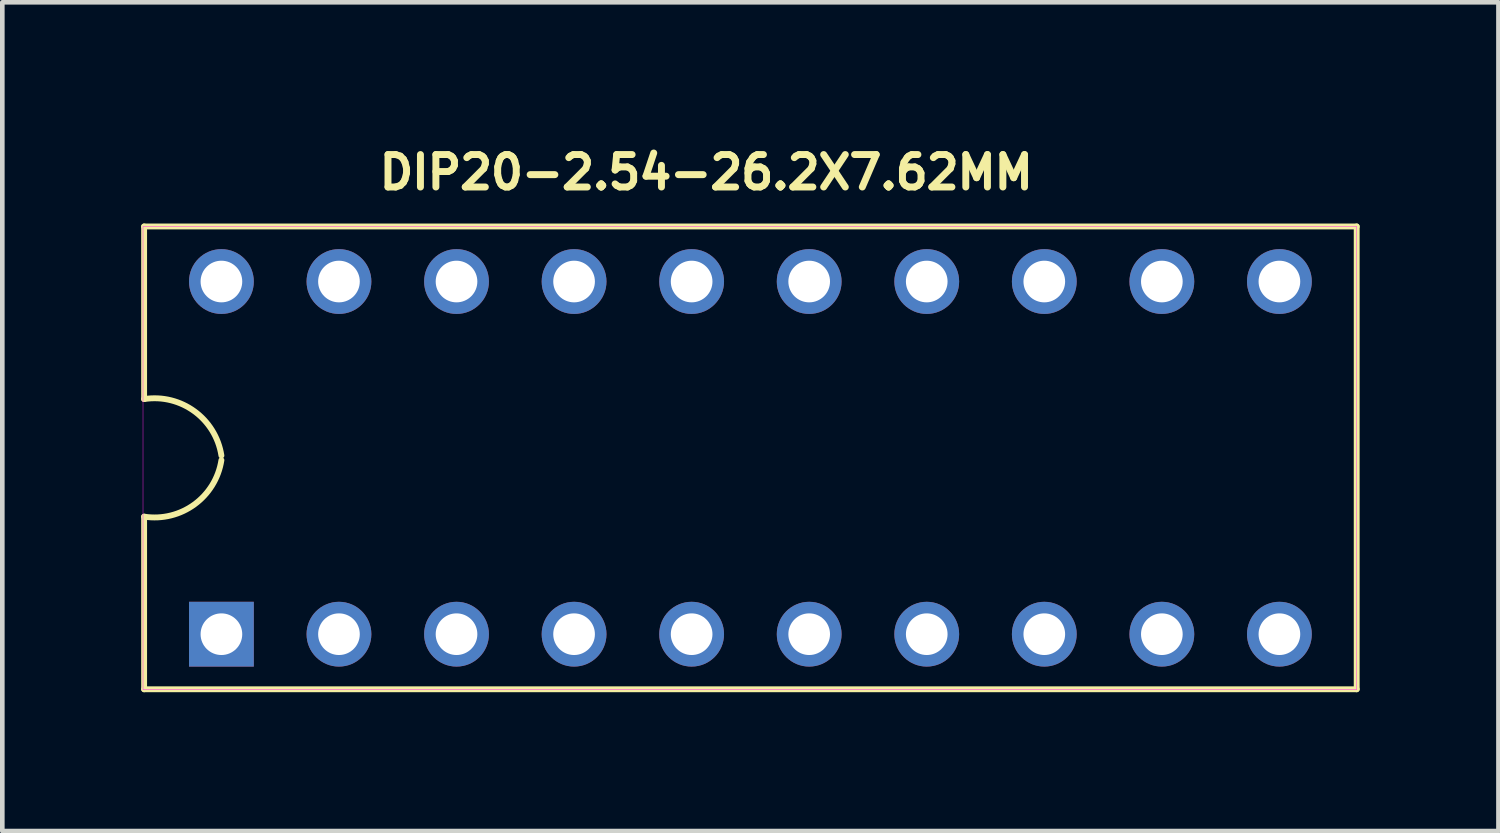
<source format=kicad_pcb>
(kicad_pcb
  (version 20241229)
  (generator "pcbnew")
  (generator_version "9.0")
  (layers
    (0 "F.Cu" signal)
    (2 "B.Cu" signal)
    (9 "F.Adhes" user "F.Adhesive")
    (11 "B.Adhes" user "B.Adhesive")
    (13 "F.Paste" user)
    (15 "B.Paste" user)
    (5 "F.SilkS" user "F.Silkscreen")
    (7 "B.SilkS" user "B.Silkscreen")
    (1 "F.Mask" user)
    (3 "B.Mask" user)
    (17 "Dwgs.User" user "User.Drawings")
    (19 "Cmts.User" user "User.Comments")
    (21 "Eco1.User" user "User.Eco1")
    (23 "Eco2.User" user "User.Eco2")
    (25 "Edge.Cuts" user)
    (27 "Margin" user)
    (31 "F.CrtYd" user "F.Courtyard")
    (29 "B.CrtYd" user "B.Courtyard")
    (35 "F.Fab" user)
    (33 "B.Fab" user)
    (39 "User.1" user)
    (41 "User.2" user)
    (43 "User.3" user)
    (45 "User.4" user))
  (footprint "DIP20-2.54-26.2X7.62MM"
    (layer "F.Cu")
    (at 13.164 6.843)
    (property "Reference" "DIP20-2.54-26.2X7.62MM" (at -0.954 -6.169 0) (layer "F.SilkS") (effects (font (size 0.701 0.701) (thickness 0.15))))
    (attr through_hole)
    (fp_line (start -13.1 -5) (end 13.1 -5) (stroke (width 0.127) (type solid)) (layer "F.SilkS"))
    (fp_line (start -13.1 -1.27) (end -13.1 -5) (stroke (width 0.127) (type solid)) (layer "F.SilkS"))
    (fp_line (start -13.1 5) (end -13.1 1.27) (stroke (width 0.127) (type solid)) (layer "F.SilkS"))
    (fp_line (start 13.1 -5) (end 13.1 5) (stroke (width 0.127) (type solid)) (layer "F.SilkS"))
    (fp_line (start 13.1 5) (end -13.1 5) (stroke (width 0.127) (type solid)) (layer "F.SilkS"))
    (fp_arc (start -13.1 -1.27) (mid -12.01233 -1.005868) (end -11.43 -0.05) (stroke (width 0.127) (type solid)) (layer "F.SilkS"))
    (fp_arc (start -11.43 0.05) (mid -12.01233 1.005868) (end -13.1 1.27) (stroke (width 0.127) (type solid)) (layer "F.SilkS"))
    (fp_poly (pts (xy -13.124 -5) (xy 13.1 -5) (xy 13.1 5.009) (xy -13.124 5.009)) (stroke (width 0.01) (type solid)) (fill no) (layer "F.CrtYd"))
    (pad "1" thru_hole rect (at -11.43 3.81) (size 1.4 1.4) (drill 0.9) (layers "*.Cu" "*.Mask"))
    (pad "2" thru_hole circle (at -8.89 3.81) (size 1.4 1.4) (drill 0.9) (layers "*.Cu" "*.Mask"))
    (pad "3" thru_hole circle (at -6.35 3.81) (size 1.4 1.4) (drill 0.9) (layers "*.Cu" "*.Mask"))
    (pad "4" thru_hole circle (at -3.81 3.81) (size 1.4 1.4) (drill 0.9) (layers "*.Cu" "*.Mask"))
    (pad "5" thru_hole circle (at -1.27 3.81) (size 1.4 1.4) (drill 0.9) (layers "*.Cu" "*.Mask"))
    (pad "6" thru_hole circle (at 1.27 3.81) (size 1.4 1.4) (drill 0.9) (layers "*.Cu" "*.Mask"))
    (pad "7" thru_hole circle (at 3.81 3.81) (size 1.4 1.4) (drill 0.9) (layers "*.Cu" "*.Mask"))
    (pad "8" thru_hole circle (at 6.35 3.81) (size 1.4 1.4) (drill 0.9) (layers "*.Cu" "*.Mask"))
    (pad "9" thru_hole circle (at 8.89 3.81) (size 1.4 1.4) (drill 0.9) (layers "*.Cu" "*.Mask"))
    (pad "10" thru_hole circle (at 11.43 3.81) (size 1.4 1.4) (drill 0.9) (layers "*.Cu" "*.Mask"))
    (pad "11" thru_hole circle (at 11.43 -3.81) (size 1.4 1.4) (drill 0.9) (layers "*.Cu" "*.Mask"))
    (pad "12" thru_hole circle (at 8.89 -3.81) (size 1.4 1.4) (drill 0.9) (layers "*.Cu" "*.Mask"))
    (pad "13" thru_hole circle (at 6.35 -3.81) (size 1.4 1.4) (drill 0.9) (layers "*.Cu" "*.Mask"))
    (pad "14" thru_hole circle (at 3.81 -3.81) (size 1.4 1.4) (drill 0.9) (layers "*.Cu" "*.Mask"))
    (pad "15" thru_hole circle (at 1.27 -3.81) (size 1.4 1.4) (drill 0.9) (layers "*.Cu" "*.Mask"))
    (pad "16" thru_hole circle (at -1.27 -3.81) (size 1.4 1.4) (drill 0.9) (layers "*.Cu" "*.Mask"))
    (pad "17" thru_hole circle (at -3.81 -3.81) (size 1.4 1.4) (drill 0.9) (layers "*.Cu" "*.Mask"))
    (pad "18" thru_hole circle (at -6.35 -3.81) (size 1.4 1.4) (drill 0.9) (layers "*.Cu" "*.Mask"))
    (pad "19" thru_hole circle (at -8.89 -3.81) (size 1.4 1.4) (drill 0.9) (layers "*.Cu" "*.Mask"))
    (pad "20" thru_hole circle (at -11.43 -3.81) (size 1.4 1.4) (drill 0.9) (layers "*.Cu" "*.Mask")))
  (gr_rect
    (start -3 -3)
    (end 29.327 14.906)
    (stroke (width 0.1) (type default))
    (fill no)
    (layer "Edge.Cuts")))
</source>
